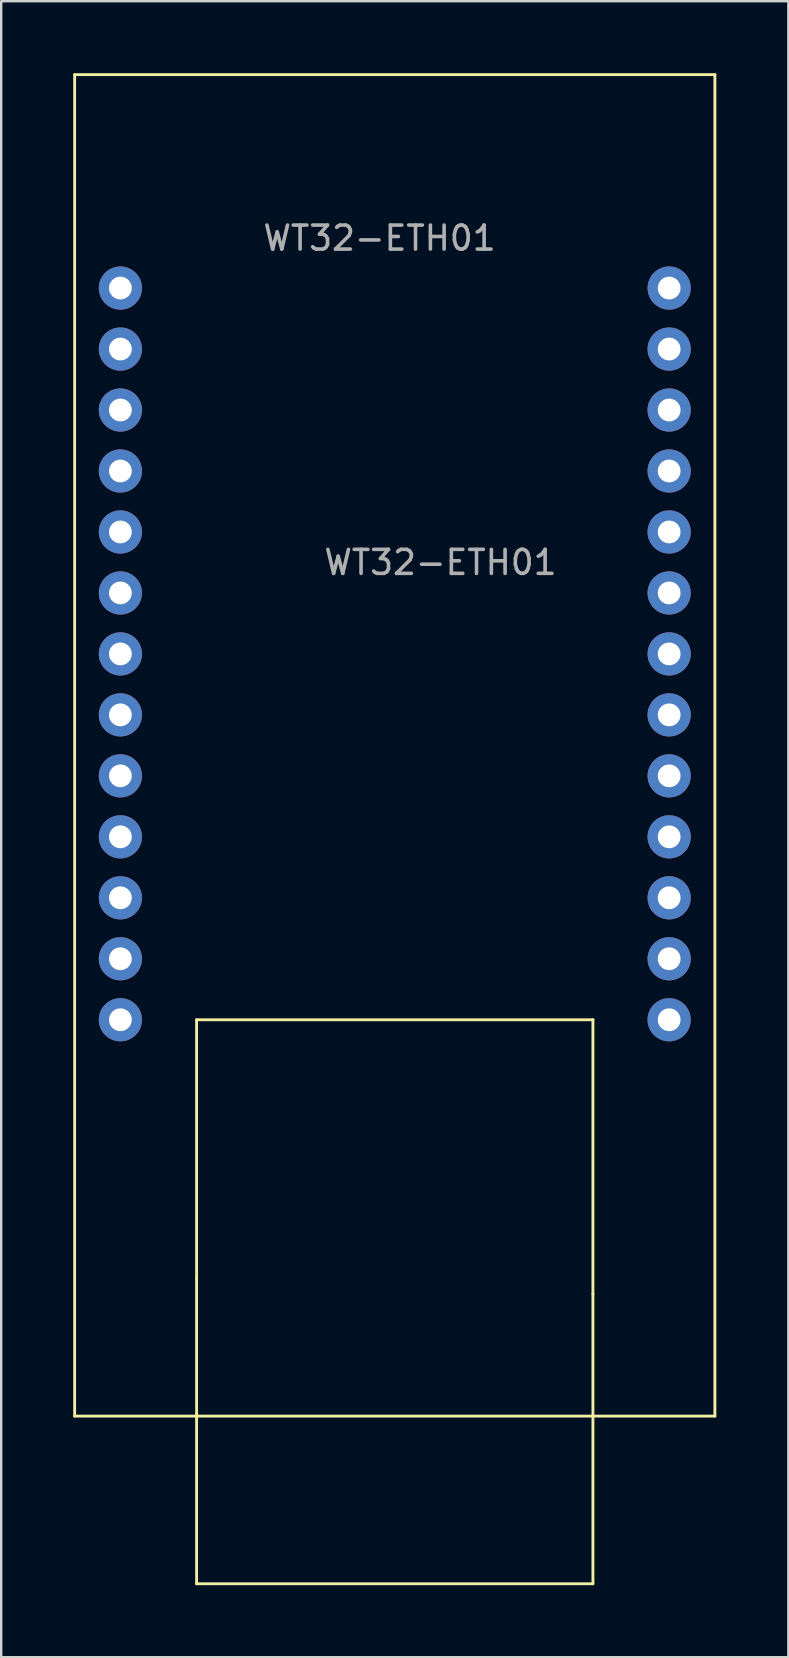
<source format=kicad_pcb>
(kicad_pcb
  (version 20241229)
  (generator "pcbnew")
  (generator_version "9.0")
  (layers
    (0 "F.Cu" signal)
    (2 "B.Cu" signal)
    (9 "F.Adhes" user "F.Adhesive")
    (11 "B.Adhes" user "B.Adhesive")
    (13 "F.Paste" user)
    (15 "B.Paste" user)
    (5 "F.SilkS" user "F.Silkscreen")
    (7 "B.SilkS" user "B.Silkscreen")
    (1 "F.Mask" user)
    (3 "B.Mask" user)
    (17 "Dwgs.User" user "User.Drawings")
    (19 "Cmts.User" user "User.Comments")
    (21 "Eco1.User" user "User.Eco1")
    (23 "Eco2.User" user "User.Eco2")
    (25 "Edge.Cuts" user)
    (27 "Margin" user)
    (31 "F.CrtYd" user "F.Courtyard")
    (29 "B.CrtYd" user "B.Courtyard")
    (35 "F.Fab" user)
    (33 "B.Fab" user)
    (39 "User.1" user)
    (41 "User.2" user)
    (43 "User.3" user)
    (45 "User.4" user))
  (footprint "WT32-ETH01"
    (layer "F.Cu")
    (at 13.395 23.555)
    (property "Reference" "WT32-ETH01" (at 1.905 -3.175 0) (unlocked yes) (layer "F.Fab") (effects (font (size 1 1) (thickness 0.15))))
    (attr through_hole)
    (fp_line (start -13.335 -23.495) (end -13.335 32.385) (stroke (width 0.12) (type solid)) (layer "F.SilkS"))
    (fp_line (start -8.255 15.875) (end 8.255 15.875) (stroke (width 0.12) (type solid)) (layer "F.SilkS"))
    (fp_line (start -8.255 26.67) (end -8.255 15.875) (stroke (width 0.12) (type solid)) (layer "F.SilkS"))
    (fp_line (start -8.255 26.67) (end -8.255 39.37) (stroke (width 0.12) (type solid)) (layer "F.SilkS"))
    (fp_line (start -8.255 39.37) (end 8.255 39.37) (stroke (width 0.12) (type solid)) (layer "F.SilkS"))
    (fp_line (start 8.255 27.305) (end 8.255 15.875) (stroke (width 0.12) (type solid)) (layer "F.SilkS"))
    (fp_line (start 8.255 39.37) (end 8.255 27.305) (stroke (width 0.12) (type solid)) (layer "F.SilkS"))
    (fp_line (start 13.335 -23.495) (end -13.335 -23.495) (stroke (width 0.12) (type solid)) (layer "F.SilkS"))
    (fp_line (start 13.335 -23.495) (end 13.335 32.385) (stroke (width 0.12) (type solid)) (layer "F.SilkS"))
    (fp_line (start 13.335 32.385) (end -13.335 32.385) (stroke (width 0.12) (type solid)) (layer "F.SilkS"))
    (fp_text user "${REFERENCE}" (at -0.635 -16.685 0) (unlocked yes) (layer "F.Fab") (effects (font (size 1 1) (thickness 0.15))))
    (pad "1" thru_hole circle (at -11.43 -14.605) (size 1.8 1.8) (drill 0.95) (layers "*.Cu" "*.Mask"))
    (pad "2" thru_hole circle (at -11.43 -12.065) (size 1.8 1.8) (drill 0.95) (layers "*.Cu" "*.Mask"))
    (pad "3" thru_hole circle (at -11.43 -9.525) (size 1.8 1.8) (drill 0.95) (layers "*.Cu" "*.Mask"))
    (pad "4" thru_hole circle (at -11.43 -6.985) (size 1.8 1.8) (drill 0.95) (layers "*.Cu" "*.Mask"))
    (pad "5" thru_hole circle (at -11.43 -4.445) (size 1.8 1.8) (drill 0.95) (layers "*.Cu" "*.Mask"))
    (pad "6" thru_hole circle (at -11.43 -1.905) (size 1.8 1.8) (drill 0.95) (layers "*.Cu" "*.Mask"))
    (pad "7" thru_hole circle (at -11.43 0.635) (size 1.8 1.8) (drill 0.95) (layers "*.Cu" "*.Mask"))
    (pad "8" thru_hole circle (at -11.43 3.175) (size 1.8 1.8) (drill 0.95) (layers "*.Cu" "*.Mask"))
    (pad "9" thru_hole circle (at -11.43 5.715) (size 1.8 1.8) (drill 0.95) (layers "*.Cu" "*.Mask"))
    (pad "10" thru_hole circle (at -11.43 8.255) (size 1.8 1.8) (drill 0.95) (layers "*.Cu" "*.Mask"))
    (pad "11" thru_hole circle (at -11.43 10.795) (size 1.8 1.8) (drill 0.95) (layers "*.Cu" "*.Mask"))
    (pad "12" thru_hole circle (at -11.43 13.335) (size 1.8 1.8) (drill 0.95) (layers "*.Cu" "*.Mask"))
    (pad "13" thru_hole circle (at -11.43 15.875) (size 1.8 1.8) (drill 0.95) (layers "*.Cu" "*.Mask"))
    (pad "14" thru_hole circle (at 11.43 15.875) (size 1.8 1.8) (drill 0.95) (layers "*.Cu" "*.Mask"))
    (pad "15" thru_hole circle (at 11.43 13.335) (size 1.8 1.8) (drill 0.95) (layers "*.Cu" "*.Mask"))
    (pad "16" thru_hole circle (at 11.43 10.795) (size 1.8 1.8) (drill 0.95) (layers "*.Cu" "*.Mask"))
    (pad "17" thru_hole circle (at 11.43 8.255) (size 1.8 1.8) (drill 0.95) (layers "*.Cu" "*.Mask"))
    (pad "18" thru_hole circle (at 11.43 5.715) (size 1.8 1.8) (drill 0.95) (layers "*.Cu" "*.Mask"))
    (pad "19" thru_hole circle (at 11.43 3.175) (size 1.8 1.8) (drill 0.95) (layers "*.Cu" "*.Mask"))
    (pad "20" thru_hole circle (at 11.43 0.635) (size 1.8 1.8) (drill 0.95) (layers "*.Cu" "*.Mask"))
    (pad "21" thru_hole circle (at 11.43 -1.905) (size 1.8 1.8) (drill 0.95) (layers "*.Cu" "*.Mask"))
    (pad "22" thru_hole circle (at 11.43 -4.445) (size 1.8 1.8) (drill 0.95) (layers "*.Cu" "*.Mask"))
    (pad "23" thru_hole circle (at 11.43 -6.985) (size 1.8 1.8) (drill 0.95) (layers "*.Cu" "*.Mask"))
    (pad "24" thru_hole circle (at 11.43 -9.525) (size 1.8 1.8) (drill 0.95) (layers "*.Cu" "*.Mask"))
    (pad "25" thru_hole circle (at 11.43 -12.065) (size 1.8 1.8) (drill 0.95) (layers "*.Cu" "*.Mask"))
    (pad "26" thru_hole circle (at 11.43 -14.605) (size 1.8 1.8) (drill 0.95) (layers "*.Cu" "*.Mask")))
  (gr_rect
    (start -3 -3)
    (end 29.79 65.985)
    (stroke (width 0.1) (type default))
    (fill no)
    (layer "Edge.Cuts")))
</source>
